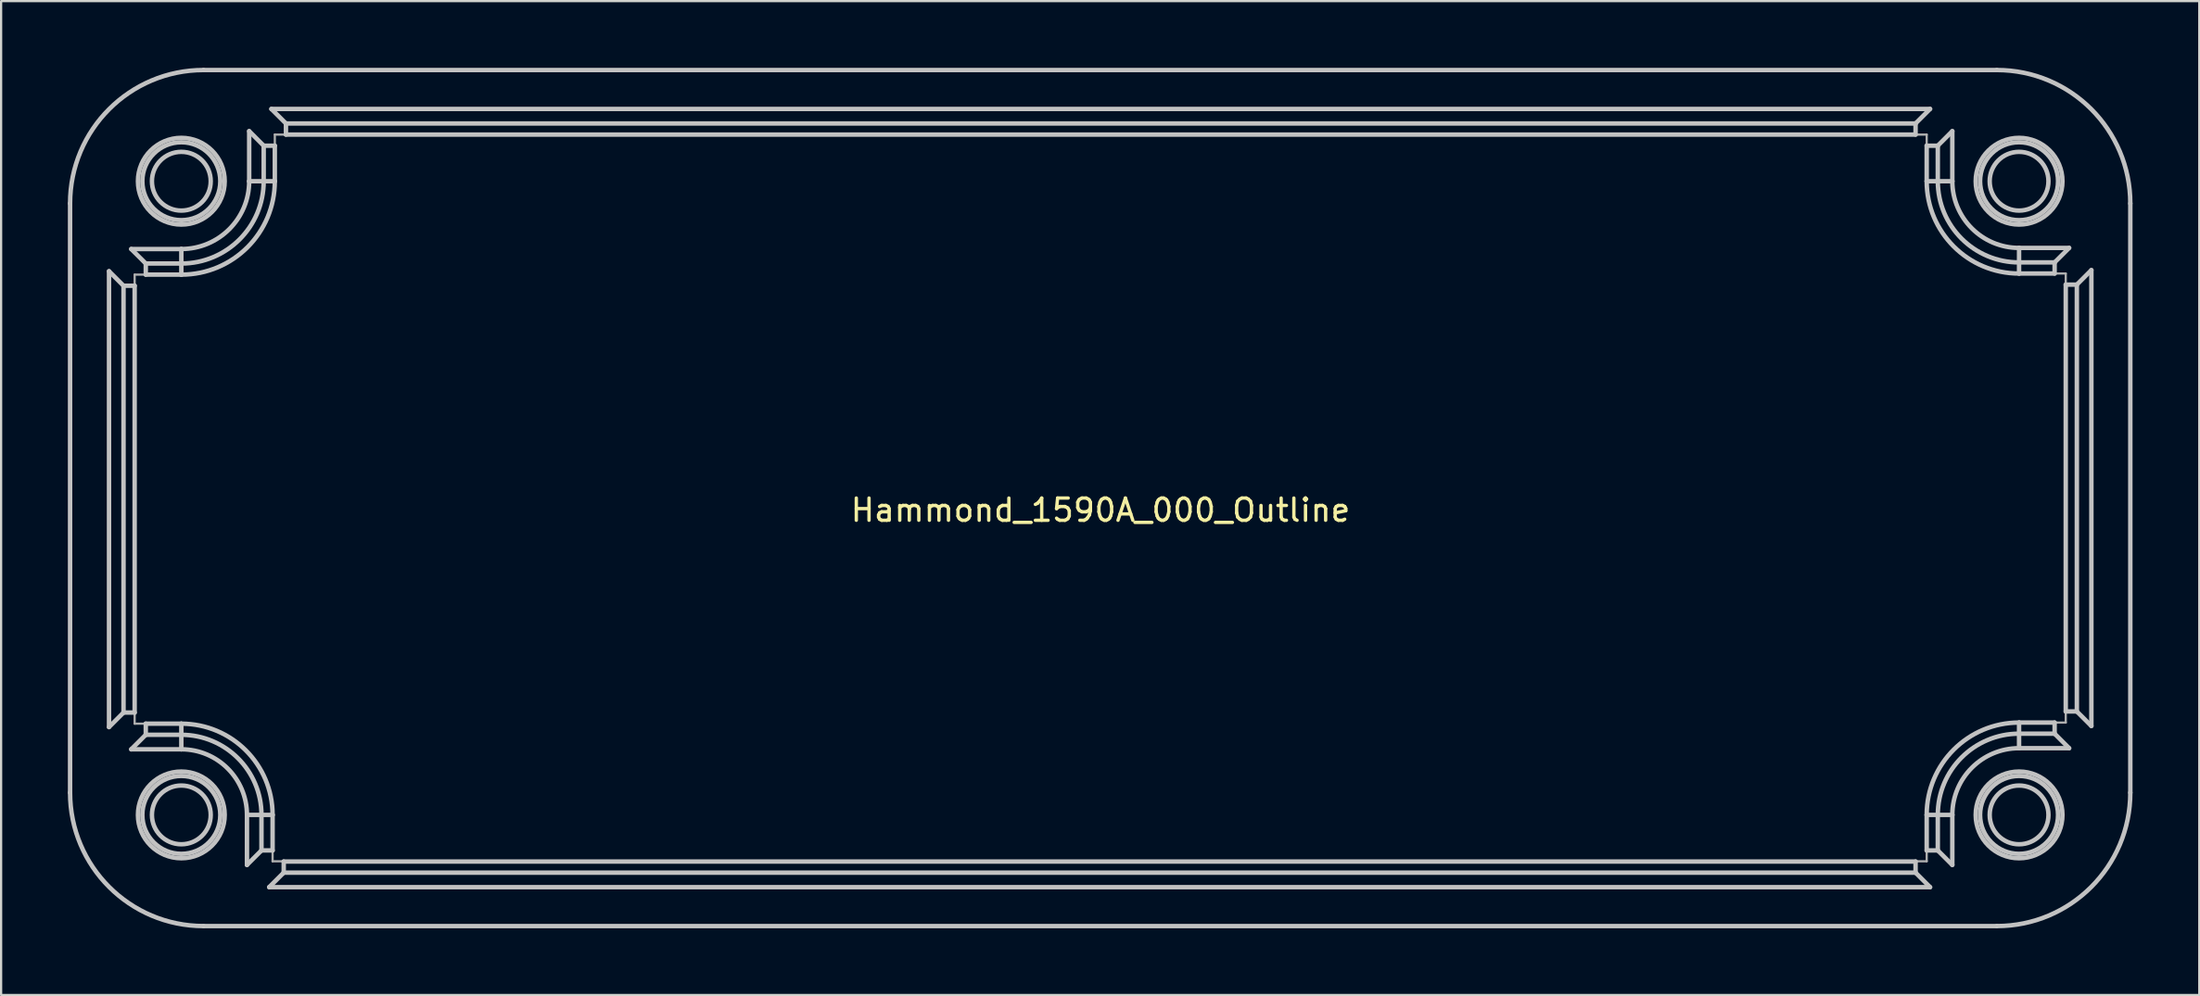
<source format=kicad_pcb>
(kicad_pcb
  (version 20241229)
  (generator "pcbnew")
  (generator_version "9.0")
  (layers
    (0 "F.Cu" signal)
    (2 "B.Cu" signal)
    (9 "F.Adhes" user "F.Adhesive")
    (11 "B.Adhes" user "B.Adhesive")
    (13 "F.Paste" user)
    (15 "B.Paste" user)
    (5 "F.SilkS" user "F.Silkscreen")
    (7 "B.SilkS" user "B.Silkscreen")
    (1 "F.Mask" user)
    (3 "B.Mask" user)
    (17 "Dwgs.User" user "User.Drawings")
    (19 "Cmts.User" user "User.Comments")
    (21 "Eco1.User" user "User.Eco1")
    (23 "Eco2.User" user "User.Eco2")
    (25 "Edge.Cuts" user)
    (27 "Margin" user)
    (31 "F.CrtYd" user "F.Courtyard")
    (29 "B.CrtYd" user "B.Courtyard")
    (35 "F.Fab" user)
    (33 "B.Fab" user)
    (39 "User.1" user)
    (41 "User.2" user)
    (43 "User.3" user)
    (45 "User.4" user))
  (footprint "Hammond_1590A_000_Outline"
    (layer "F.Cu")
    (at 46.414 19.386)
    (property "Reference" "Hammond_1590A_000_Outline" (at 0 0.508 0) (layer "F.SilkS") (effects (font (size 1 1) (thickness 0.15))))
    (attr through_hole)
    (fp_line (start -46.314 -13.286) (end -46.314 13.214) (stroke (width 0.2) (type solid)) (layer "Dwgs.User"))
    (fp_line (start -44.564 -10.237) (end -43.912 -9.584) (stroke (width 0.2) (type solid)) (layer "Dwgs.User"))
    (fp_line (start -44.564 10.264) (end -44.564 -10.237) (stroke (width 0.2) (type solid)) (layer "Dwgs.User"))
    (fp_line (start -43.912 -9.584) (end -43.912 9.612) (stroke (width 0.2) (type solid)) (layer "Dwgs.User"))
    (fp_line (start -43.912 -9.584) (end -43.412 -9.584) (stroke (width 0.2) (type solid)) (layer "Dwgs.User"))
    (fp_line (start -43.912 9.612) (end -44.564 10.264) (stroke (width 0.2) (type solid)) (layer "Dwgs.User"))
    (fp_line (start -43.912 9.612) (end -43.412 9.612) (stroke (width 0.2) (type solid)) (layer "Dwgs.User"))
    (fp_line (start -43.565 -11.236) (end -41.314 -11.236) (stroke (width 0.2) (type solid)) (layer "Dwgs.User"))
    (fp_line (start -43.565 11.264) (end -42.912 10.611) (stroke (width 0.2) (type solid)) (layer "Dwgs.User"))
    (fp_line (start -43.412 9.612) (end -43.412 -9.584) (stroke (width 0.2) (type solid)) (layer "Dwgs.User"))
    (fp_line (start -42.912 -10.584) (end -43.565 -11.236) (stroke (width 0.2) (type solid)) (layer "Dwgs.User"))
    (fp_line (start -42.912 -10.584) (end -42.912 -10.084) (stroke (width 0.2) (type solid)) (layer "Dwgs.User"))
    (fp_line (start -42.912 -10.084) (end -41.314 -10.084) (stroke (width 0.2) (type solid)) (layer "Dwgs.User"))
    (fp_line (start -42.912 10.611) (end -42.912 10.111) (stroke (width 0.2) (type solid)) (layer "Dwgs.User"))
    (fp_line (start -42.912 10.611) (end -41.314 10.611) (stroke (width 0.2) (type solid)) (layer "Dwgs.User"))
    (fp_line (start -41.314 -11.236) (end -41.314 -10.584) (stroke (width 0.2) (type solid)) (layer "Dwgs.User"))
    (fp_line (start -41.314 -10.584) (end -42.912 -10.584) (stroke (width 0.2) (type solid)) (layer "Dwgs.User"))
    (fp_line (start -41.314 -10.584) (end -41.314 -10.084) (stroke (width 0.2) (type solid)) (layer "Dwgs.User"))
    (fp_line (start -41.314 10.111) (end -42.912 10.111) (stroke (width 0.2) (type solid)) (layer "Dwgs.User"))
    (fp_line (start -41.314 10.611) (end -41.314 10.111) (stroke (width 0.2) (type solid)) (layer "Dwgs.User"))
    (fp_line (start -41.314 11.264) (end -43.565 11.264) (stroke (width 0.2) (type solid)) (layer "Dwgs.User"))
    (fp_line (start -41.314 11.264) (end -41.314 10.611) (stroke (width 0.2) (type solid)) (layer "Dwgs.User"))
    (fp_line (start -40.314 19.214) (end 40.286 19.214) (stroke (width 0.2) (type solid)) (layer "Dwgs.User"))
    (fp_line (start -38.364 14.214) (end -37.712 14.214) (stroke (width 0.2) (type solid)) (layer "Dwgs.User"))
    (fp_line (start -38.364 16.464) (end -38.364 14.214) (stroke (width 0.2) (type solid)) (layer "Dwgs.User"))
    (fp_line (start -38.264 -16.537) (end -37.612 -15.884) (stroke (width 0.2) (type solid)) (layer "Dwgs.User"))
    (fp_line (start -38.264 -14.286) (end -38.264 -16.537) (stroke (width 0.2) (type solid)) (layer "Dwgs.User"))
    (fp_line (start -38.264 -14.286) (end -37.612 -14.286) (stroke (width 0.2) (type solid)) (layer "Dwgs.User"))
    (fp_line (start -37.712 14.214) (end -37.712 15.812) (stroke (width 0.2) (type solid)) (layer "Dwgs.User"))
    (fp_line (start -37.712 14.214) (end -37.212 14.214) (stroke (width 0.2) (type solid)) (layer "Dwgs.User"))
    (fp_line (start -37.712 15.812) (end -38.364 16.464) (stroke (width 0.2) (type solid)) (layer "Dwgs.User"))
    (fp_line (start -37.712 15.812) (end -37.212 15.812) (stroke (width 0.2) (type solid)) (layer "Dwgs.User"))
    (fp_line (start -37.612 -15.884) (end -37.612 -14.286) (stroke (width 0.2) (type solid)) (layer "Dwgs.User"))
    (fp_line (start -37.612 -15.884) (end -37.112 -15.884) (stroke (width 0.2) (type solid)) (layer "Dwgs.User"))
    (fp_line (start -37.612 -14.286) (end -37.112 -14.286) (stroke (width 0.2) (type solid)) (layer "Dwgs.User"))
    (fp_line (start -37.365 17.464) (end -36.712 16.811) (stroke (width 0.2) (type solid)) (layer "Dwgs.User"))
    (fp_line (start -37.265 -17.536) (end 37.286 -17.536) (stroke (width 0.2) (type solid)) (layer "Dwgs.User"))
    (fp_line (start -37.212 15.812) (end -37.212 14.214) (stroke (width 0.2) (type solid)) (layer "Dwgs.User"))
    (fp_line (start -37.112 -14.286) (end -37.112 -15.884) (stroke (width 0.2) (type solid)) (layer "Dwgs.User"))
    (fp_line (start -36.712 16.811) (end -36.712 16.311) (stroke (width 0.2) (type solid)) (layer "Dwgs.User"))
    (fp_line (start -36.712 16.811) (end 36.634 16.811) (stroke (width 0.2) (type solid)) (layer "Dwgs.User"))
    (fp_line (start -36.612 -16.884) (end -37.265 -17.536) (stroke (width 0.2) (type solid)) (layer "Dwgs.User"))
    (fp_line (start -36.612 -16.884) (end -36.612 -16.384) (stroke (width 0.2) (type solid)) (layer "Dwgs.User"))
    (fp_line (start -36.612 -16.384) (end 36.634 -16.384) (stroke (width 0.2) (type solid)) (layer "Dwgs.User"))
    (fp_line (start 36.634 -16.884) (end -36.612 -16.884) (stroke (width 0.2) (type solid)) (layer "Dwgs.User"))
    (fp_line (start 36.634 -16.384) (end 36.634 -16.884) (stroke (width 0.2) (type solid)) (layer "Dwgs.User"))
    (fp_line (start 36.634 16.311) (end -36.712 16.311) (stroke (width 0.2) (type solid)) (layer "Dwgs.User"))
    (fp_line (start 36.634 16.311) (end 36.634 16.811) (stroke (width 0.2) (type solid)) (layer "Dwgs.User"))
    (fp_line (start 36.634 16.811) (end 37.286 17.464) (stroke (width 0.2) (type solid)) (layer "Dwgs.User"))
    (fp_line (start 37.134 -15.884) (end 37.134 -14.286) (stroke (width 0.2) (type solid)) (layer "Dwgs.User"))
    (fp_line (start 37.134 -15.884) (end 37.633 -15.884) (stroke (width 0.2) (type solid)) (layer "Dwgs.User"))
    (fp_line (start 37.134 -14.286) (end 37.633 -14.286) (stroke (width 0.2) (type solid)) (layer "Dwgs.User"))
    (fp_line (start 37.134 14.214) (end 37.134 15.812) (stroke (width 0.2) (type solid)) (layer "Dwgs.User"))
    (fp_line (start 37.134 14.214) (end 37.633 14.214) (stroke (width 0.2) (type solid)) (layer "Dwgs.User"))
    (fp_line (start 37.134 15.812) (end 37.633 15.812) (stroke (width 0.2) (type solid)) (layer "Dwgs.User"))
    (fp_line (start 37.286 -17.536) (end 36.634 -16.884) (stroke (width 0.2) (type solid)) (layer "Dwgs.User"))
    (fp_line (start 37.286 17.464) (end -37.365 17.464) (stroke (width 0.2) (type solid)) (layer "Dwgs.User"))
    (fp_line (start 37.633 -15.884) (end 38.286 -16.537) (stroke (width 0.2) (type solid)) (layer "Dwgs.User"))
    (fp_line (start 37.633 -14.286) (end 37.633 -15.884) (stroke (width 0.2) (type solid)) (layer "Dwgs.User"))
    (fp_line (start 37.633 15.812) (end 37.633 14.214) (stroke (width 0.2) (type solid)) (layer "Dwgs.User"))
    (fp_line (start 38.286 -16.537) (end 38.286 -14.286) (stroke (width 0.2) (type solid)) (layer "Dwgs.User"))
    (fp_line (start 38.286 -14.286) (end 37.633 -14.286) (stroke (width 0.2) (type solid)) (layer "Dwgs.User"))
    (fp_line (start 38.286 14.214) (end 37.633 14.214) (stroke (width 0.2) (type solid)) (layer "Dwgs.User"))
    (fp_line (start 38.286 14.214) (end 38.286 16.464) (stroke (width 0.2) (type solid)) (layer "Dwgs.User"))
    (fp_line (start 38.286 16.464) (end 37.633 15.812) (stroke (width 0.2) (type solid)) (layer "Dwgs.User"))
    (fp_line (start 40.286 -19.286) (end -40.314 -19.286) (stroke (width 0.2) (type solid)) (layer "Dwgs.User"))
    (fp_line (start 41.286 -11.286) (end 41.286 -10.634) (stroke (width 0.2) (type solid)) (layer "Dwgs.User"))
    (fp_line (start 41.286 -11.286) (end 43.536 -11.286) (stroke (width 0.2) (type solid)) (layer "Dwgs.User"))
    (fp_line (start 41.286 -10.134) (end 41.286 -10.634) (stroke (width 0.2) (type solid)) (layer "Dwgs.User"))
    (fp_line (start 41.286 -10.134) (end 42.884 -10.134) (stroke (width 0.2) (type solid)) (layer "Dwgs.User"))
    (fp_line (start 41.286 10.061) (end 41.286 10.561) (stroke (width 0.2) (type solid)) (layer "Dwgs.User"))
    (fp_line (start 41.286 10.561) (end 42.884 10.561) (stroke (width 0.2) (type solid)) (layer "Dwgs.User"))
    (fp_line (start 41.286 11.214) (end 41.286 10.561) (stroke (width 0.2) (type solid)) (layer "Dwgs.User"))
    (fp_line (start 42.884 -10.634) (end 41.286 -10.634) (stroke (width 0.2) (type solid)) (layer "Dwgs.User"))
    (fp_line (start 42.884 -10.134) (end 42.884 -10.634) (stroke (width 0.2) (type solid)) (layer "Dwgs.User"))
    (fp_line (start 42.884 10.061) (end 41.286 10.061) (stroke (width 0.2) (type solid)) (layer "Dwgs.User"))
    (fp_line (start 42.884 10.061) (end 42.884 10.561) (stroke (width 0.2) (type solid)) (layer "Dwgs.User"))
    (fp_line (start 42.884 10.561) (end 43.536 11.214) (stroke (width 0.2) (type solid)) (layer "Dwgs.User"))
    (fp_line (start 43.384 -9.634) (end 43.384 9.562) (stroke (width 0.2) (type solid)) (layer "Dwgs.User"))
    (fp_line (start 43.384 -9.634) (end 43.883 -9.634) (stroke (width 0.2) (type solid)) (layer "Dwgs.User"))
    (fp_line (start 43.384 9.562) (end 43.883 9.562) (stroke (width 0.2) (type solid)) (layer "Dwgs.User"))
    (fp_line (start 43.536 -11.286) (end 42.884 -10.634) (stroke (width 0.2) (type solid)) (layer "Dwgs.User"))
    (fp_line (start 43.536 11.214) (end 41.286 11.214) (stroke (width 0.2) (type solid)) (layer "Dwgs.User"))
    (fp_line (start 43.883 -9.634) (end 44.536 -10.287) (stroke (width 0.2) (type solid)) (layer "Dwgs.User"))
    (fp_line (start 43.883 9.562) (end 43.883 -9.634) (stroke (width 0.2) (type solid)) (layer "Dwgs.User"))
    (fp_line (start 44.536 -10.287) (end 44.536 10.214) (stroke (width 0.2) (type solid)) (layer "Dwgs.User"))
    (fp_line (start 44.536 10.214) (end 43.883 9.562) (stroke (width 0.2) (type solid)) (layer "Dwgs.User"))
    (fp_line (start 46.286 13.214) (end 46.286 -13.286) (stroke (width 0.2) (type solid)) (layer "Dwgs.User"))
    (fp_arc (start -46.314163 -13.286347) (mid -44.556804 -17.528988) (end -40.314163 -19.286347) (stroke (width 0.2) (type solid)) (layer "Dwgs.User"))
    (fp_arc (start -41.314163 10.111452) (mid -38.413469 11.312959) (end -37.211962 14.213653) (stroke (width 0.2) (type solid)) (layer "Dwgs.User"))
    (fp_arc (start -41.314163 10.611281) (mid -38.766901 11.666391) (end -37.711791 14.213653) (stroke (width 0.2) (type solid)) (layer "Dwgs.User"))
    (fp_arc (start -41.314163 11.263653) (mid -39.228198 12.127688) (end -38.364163 14.213653) (stroke (width 0.2) (type solid)) (layer "Dwgs.User"))
    (fp_arc (start -40.314163 19.213653) (mid -44.556804 17.456294) (end -46.314163 13.213653) (stroke (width 0.2) (type solid)) (layer "Dwgs.User"))
    (fp_arc (start -38.264163 -14.286347) (mid -39.157487 -12.129671) (end -41.314163 -11.236347) (stroke (width 0.2) (type solid)) (layer "Dwgs.User"))
    (fp_arc (start -37.611791 -14.286347) (mid -38.696191 -11.668375) (end -41.314163 -10.583975) (stroke (width 0.2) (type solid)) (layer "Dwgs.User"))
    (fp_arc (start -37.111962 -14.286347) (mid -38.342758 -11.314942) (end -41.314163 -10.084146) (stroke (width 0.2) (type solid)) (layer "Dwgs.User"))
    (fp_arc (start 37.133636 14.213653) (mid 38.349788 11.277604) (end 41.285837 10.061452) (stroke (width 0.2) (type solid)) (layer "Dwgs.User"))
    (fp_arc (start 37.633465 14.213653) (mid 38.70322 11.631036) (end 41.285837 10.561281) (stroke (width 0.2) (type solid)) (layer "Dwgs.User"))
    (fp_arc (start 38.285837 14.213653) (mid 39.164517 12.092333) (end 41.285837 11.213653) (stroke (width 0.2) (type solid)) (layer "Dwgs.User"))
    (fp_arc (start 40.285837 -19.286347) (mid 44.528478 -17.528988) (end 46.285837 -13.286347) (stroke (width 0.2) (type solid)) (layer "Dwgs.User"))
    (fp_arc (start 41.285837 -11.286347) (mid 39.164517 -12.165027) (end 38.285837 -14.286347) (stroke (width 0.2) (type solid)) (layer "Dwgs.User"))
    (fp_arc (start 41.285837 -10.633975) (mid 38.70322 -11.70373) (end 37.633465 -14.286347) (stroke (width 0.2) (type solid)) (layer "Dwgs.User"))
    (fp_arc (start 41.285837 -10.134146) (mid 38.349788 -11.350298) (end 37.133636 -14.286347) (stroke (width 0.2) (type solid)) (layer "Dwgs.User"))
    (fp_arc (start 46.285837 13.213653) (mid 44.528478 17.456294) (end 40.285837 19.213653) (stroke (width 0.2) (type solid)) (layer "Dwgs.User"))
    (fp_circle (center -41.314 -14.286) (end -39.993 -14.286) (stroke (width 0.2) (type solid)) (fill no) (layer "Dwgs.User"))
    (fp_circle (center -41.314 -14.286) (end -39.562 -14.286) (stroke (width 0.2) (type solid)) (fill no) (layer "Dwgs.User"))
    (fp_circle (center -41.314 -14.286) (end -39.364 -14.286) (stroke (width 0.2) (type solid)) (fill no) (layer "Dwgs.User"))
    (fp_circle (center -41.314 14.214) (end -39.993 14.214) (stroke (width 0.2) (type solid)) (fill no) (layer "Dwgs.User"))
    (fp_circle (center -41.314 14.214) (end -39.562 14.214) (stroke (width 0.2) (type solid)) (fill no) (layer "Dwgs.User"))
    (fp_circle (center -41.314 14.214) (end -39.364 14.214) (stroke (width 0.2) (type solid)) (fill no) (layer "Dwgs.User"))
    (fp_circle (center 41.286 -14.286) (end 42.607 -14.286) (stroke (width 0.2) (type solid)) (fill no) (layer "Dwgs.User"))
    (fp_circle (center 41.286 -14.286) (end 43.038 -14.286) (stroke (width 0.2) (type solid)) (fill no) (layer "Dwgs.User"))
    (fp_circle (center 41.286 -14.286) (end 43.236 -14.286) (stroke (width 0.2) (type solid)) (fill no) (layer "Dwgs.User"))
    (fp_circle (center 41.286 14.214) (end 42.607 14.214) (stroke (width 0.2) (type solid)) (fill no) (layer "Dwgs.User"))
    (fp_circle (center 41.286 14.214) (end 43.038 14.214) (stroke (width 0.2) (type solid)) (fill no) (layer "Dwgs.User"))
    (fp_circle (center 41.286 14.214) (end 43.236 14.214) (stroke (width 0.2) (type solid)) (fill no) (layer "Dwgs.User"))
    (fp_line (start -43.412 -10.084) (end -41.314 -10.084) (stroke (width 0.1) (type solid)) (layer "F.Fab"))
    (fp_line (start -43.412 10.111) (end -43.412 -10.084) (stroke (width 0.1) (type solid)) (layer "F.Fab"))
    (fp_line (start -41.314 10.111) (end -43.412 10.111) (stroke (width 0.1) (type solid)) (layer "F.Fab"))
    (fp_line (start -37.212 16.3) (end -37.212 14.202) (stroke (width 0.1) (type solid)) (layer "F.Fab"))
    (fp_line (start -37.112 -16.384) (end 37.134 -16.384) (stroke (width 0.1) (type solid)) (layer "F.Fab"))
    (fp_line (start -37.112 -14.286) (end -37.112 -16.384) (stroke (width 0.1) (type solid)) (layer "F.Fab"))
    (fp_line (start 37.134 -16.384) (end 37.134 -14.286) (stroke (width 0.1) (type solid)) (layer "F.Fab"))
    (fp_line (start 37.134 14.214) (end 37.134 16.3) (stroke (width 0.1) (type solid)) (layer "F.Fab"))
    (fp_line (start 37.134 16.3) (end -37.212 16.3) (stroke (width 0.1) (type solid)) (layer "F.Fab"))
    (fp_line (start 41.286 -10.134) (end 43.384 -10.134) (stroke (width 0.1) (type solid)) (layer "F.Fab"))
    (fp_line (start 43.384 -10.134) (end 43.384 10.061) (stroke (width 0.1) (type solid)) (layer "F.Fab"))
    (fp_line (start 43.384 10.061) (end 41.286 10.061) (stroke (width 0.1) (type solid)) (layer "F.Fab"))
    (fp_arc (start -41.314163 10.111452) (mid -38.413469 11.312959) (end -37.211962 14.213653) (stroke (width 0.1) (type solid)) (layer "F.Fab"))
    (fp_arc (start -37.111962 -14.286347) (mid -38.342758 -11.314942) (end -41.314163 -10.084146) (stroke (width 0.1) (type solid)) (layer "F.Fab"))
    (fp_arc (start 37.133636 14.213653) (mid 38.349788 11.277604) (end 41.285837 10.061452) (stroke (width 0.1) (type solid)) (layer "F.Fab"))
    (fp_arc (start 41.285837 -10.134146) (mid 38.349788 -11.350298) (end 37.133636 -14.286347) (stroke (width 0.1) (type solid)) (layer "F.Fab")))
  (gr_rect
    (start -3 -3)
    (end 95.8 41.7)
    (stroke (width 0.1) (type default))
    (fill no)
    (layer "Edge.Cuts")))
</source>
